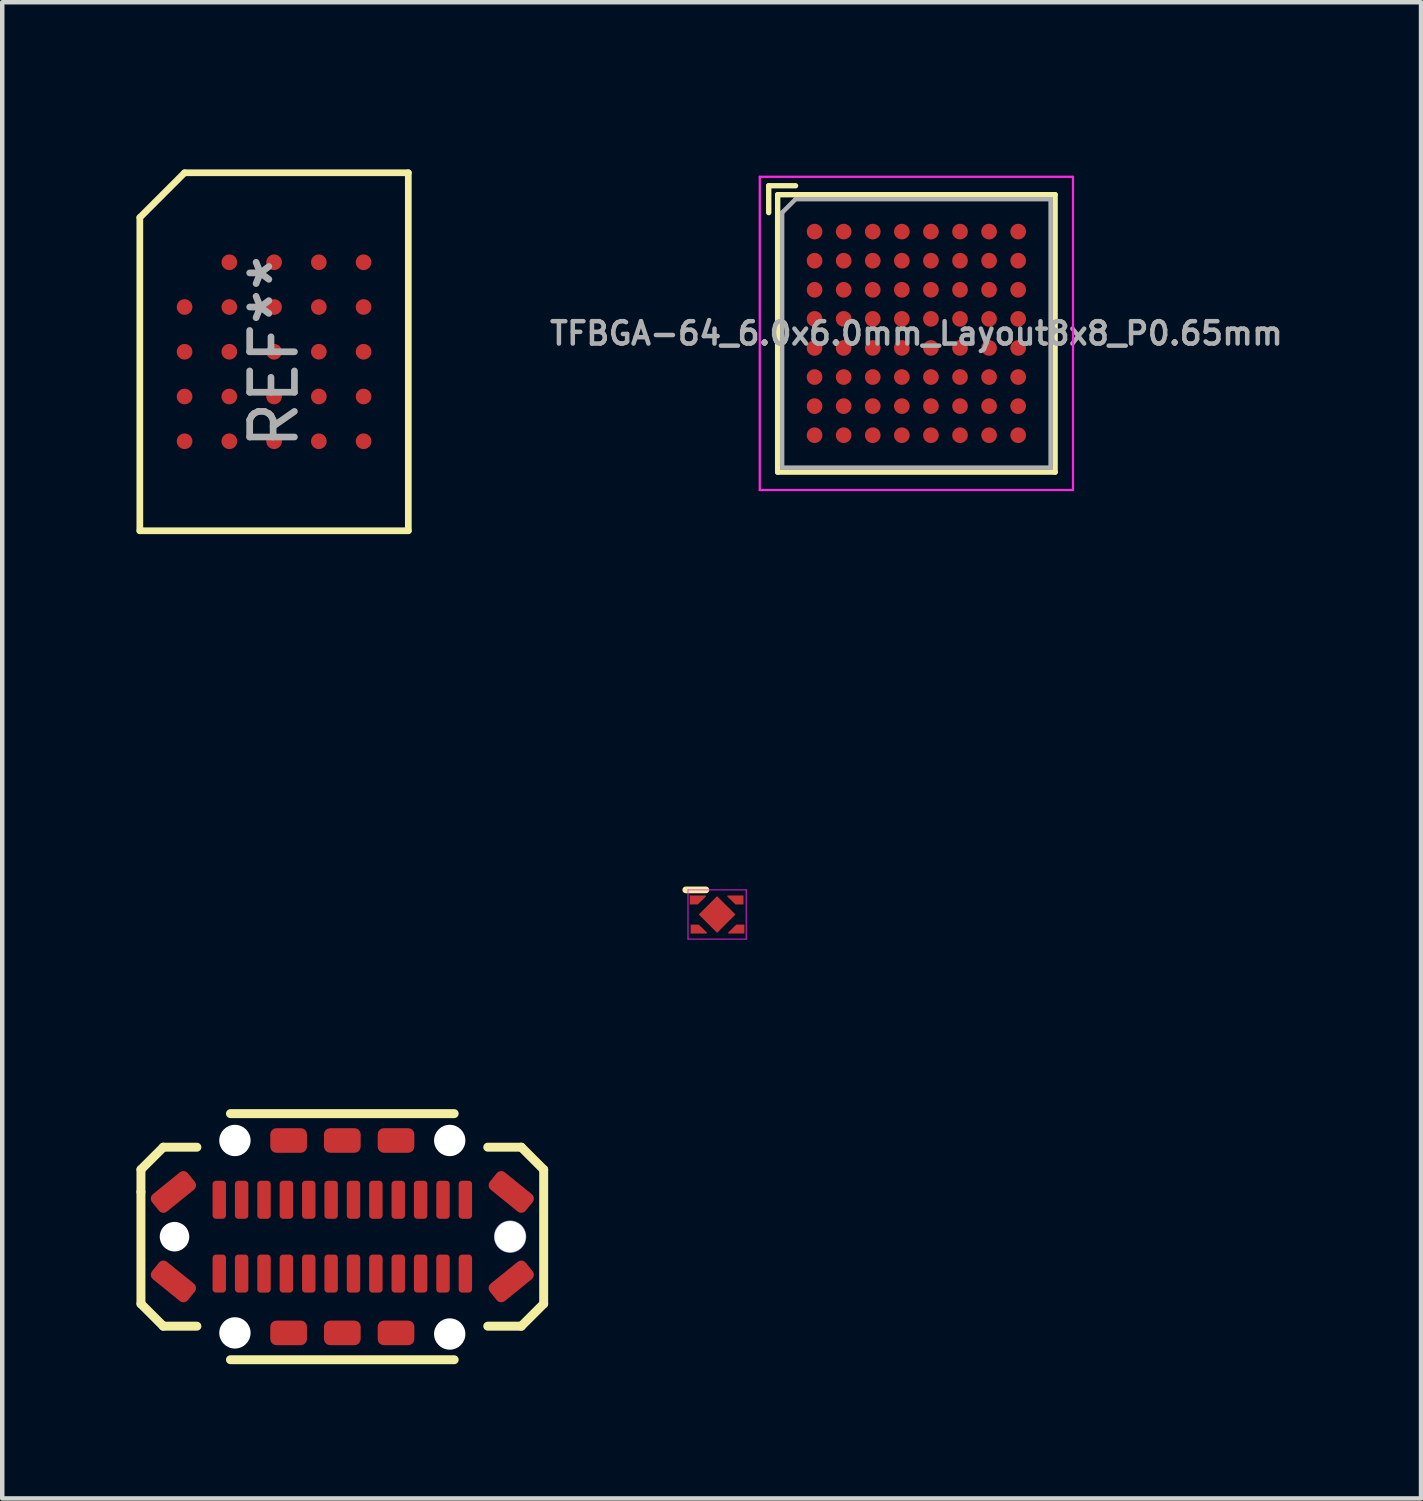
<source format=kicad_pcb>
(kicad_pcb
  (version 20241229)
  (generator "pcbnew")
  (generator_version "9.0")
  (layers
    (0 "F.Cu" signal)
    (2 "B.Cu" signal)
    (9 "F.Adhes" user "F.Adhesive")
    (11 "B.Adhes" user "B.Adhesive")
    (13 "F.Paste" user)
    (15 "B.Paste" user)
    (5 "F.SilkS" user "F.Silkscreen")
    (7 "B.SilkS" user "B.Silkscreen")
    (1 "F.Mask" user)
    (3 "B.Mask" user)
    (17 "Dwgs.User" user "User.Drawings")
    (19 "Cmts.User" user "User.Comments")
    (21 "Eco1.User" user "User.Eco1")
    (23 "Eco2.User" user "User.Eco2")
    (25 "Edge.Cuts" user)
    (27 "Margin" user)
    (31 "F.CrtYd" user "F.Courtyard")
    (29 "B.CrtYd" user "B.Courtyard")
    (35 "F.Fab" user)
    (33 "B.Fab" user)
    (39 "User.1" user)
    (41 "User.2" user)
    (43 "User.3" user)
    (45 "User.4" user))
  (footprint "TFBGA-64_6.0x6.0mm_Layout8x8_P0.65mm"
    (layer "F.Cu")
    (at 17.429 4.401)
    (property "Reference" "TFBGA-64_6.0x6.0mm_Layout8x8_P0.65mm" (at 0 -4.4 0) (layer "F.SilkS") (effects (font (size 0.001 0.001) (thickness 0.15))))
    (attr smd)
    (fp_line (start -3.3 -3.3) (end -3.3 -2.7) (stroke (width 0.12) (type solid)) (layer "F.SilkS"))
    (fp_line (start -3.1 -3.1) (end -3.1 3.1) (stroke (width 0.12) (type solid)) (layer "F.SilkS"))
    (fp_line (start -3.1 -3.1) (end 3.1 -3.1) (stroke (width 0.12) (type solid)) (layer "F.SilkS"))
    (fp_line (start -3.1 3.1) (end 3.1 3.1) (stroke (width 0.12) (type solid)) (layer "F.SilkS"))
    (fp_line (start -2.7 -3.3) (end -3.3 -3.3) (stroke (width 0.12) (type solid)) (layer "F.SilkS"))
    (fp_line (start 3.1 -3.1) (end 3.1 3.1) (stroke (width 0.12) (type solid)) (layer "F.SilkS"))
    (fp_line (start -3.5 -3.5) (end 3.5 -3.5) (stroke (width 0.05) (type solid)) (layer "F.CrtYd"))
    (fp_line (start -3.5 3.5) (end -3.5 -3.5) (stroke (width 0.05) (type solid)) (layer "F.CrtYd"))
    (fp_line (start -3.5 3.5) (end 3.5 3.5) (stroke (width 0.05) (type solid)) (layer "F.CrtYd"))
    (fp_line (start 3.5 3.5) (end 3.5 -3.5) (stroke (width 0.05) (type solid)) (layer "F.CrtYd"))
    (fp_line (start -3 -2.7) (end -2.7 -3) (stroke (width 0.1) (type solid)) (layer "F.Fab"))
    (fp_line (start -3 3) (end -3 -2.7) (stroke (width 0.1) (type solid)) (layer "F.Fab"))
    (fp_line (start -3 3) (end 3 3) (stroke (width 0.1) (type solid)) (layer "F.Fab"))
    (fp_line (start -2.7 -3) (end 3 -3) (stroke (width 0.1) (type solid)) (layer "F.Fab"))
    (fp_line (start 3 3) (end 3 -3) (stroke (width 0.1) (type solid)) (layer "F.Fab"))
    (fp_text user "${REFERENCE}" (at 0 0 0) (layer "F.Fab") (effects (font (size 0.5 0.5) (thickness 0.1))))
    (pad "A1" smd circle (at -2.275 -2.275) (size 0.35 0.35) (layers "F.Cu" "F.Mask" "F.Paste"))
    (pad "A2" smd circle (at -1.625 -2.275) (size 0.35 0.35) (layers "F.Cu" "F.Mask" "F.Paste"))
    (pad "A3" smd circle (at -0.975 -2.275) (size 0.35 0.35) (layers "F.Cu" "F.Mask" "F.Paste"))
    (pad "A4" smd circle (at -0.325 -2.275) (size 0.35 0.35) (layers "F.Cu" "F.Mask" "F.Paste"))
    (pad "A5" smd circle (at 0.325 -2.275) (size 0.35 0.35) (layers "F.Cu" "F.Mask" "F.Paste"))
    (pad "A6" smd circle (at 0.975 -2.275) (size 0.35 0.35) (layers "F.Cu" "F.Mask" "F.Paste"))
    (pad "A7" smd circle (at 1.625 -2.275) (size 0.35 0.35) (layers "F.Cu" "F.Mask" "F.Paste"))
    (pad "A8" smd circle (at 2.275 -2.275) (size 0.35 0.35) (layers "F.Cu" "F.Mask" "F.Paste"))
    (pad "B1" smd circle (at -2.275 -1.625) (size 0.35 0.35) (layers "F.Cu" "F.Mask" "F.Paste"))
    (pad "B2" smd circle (at -1.625 -1.625) (size 0.35 0.35) (layers "F.Cu" "F.Mask" "F.Paste"))
    (pad "B3" smd circle (at -0.975 -1.625) (size 0.35 0.35) (layers "F.Cu" "F.Mask" "F.Paste"))
    (pad "B4" smd circle (at -0.325 -1.625) (size 0.35 0.35) (layers "F.Cu" "F.Mask" "F.Paste"))
    (pad "B5" smd circle (at 0.325 -1.625) (size 0.35 0.35) (layers "F.Cu" "F.Mask" "F.Paste"))
    (pad "B6" smd circle (at 0.975 -1.625) (size 0.35 0.35) (layers "F.Cu" "F.Mask" "F.Paste"))
    (pad "B7" smd circle (at 1.625 -1.625) (size 0.35 0.35) (layers "F.Cu" "F.Mask" "F.Paste"))
    (pad "B8" smd circle (at 2.275 -1.625) (size 0.35 0.35) (layers "F.Cu" "F.Mask" "F.Paste"))
    (pad "C1" smd circle (at -2.275 -0.975) (size 0.35 0.35) (layers "F.Cu" "F.Mask" "F.Paste"))
    (pad "C2" smd circle (at -1.625 -0.975) (size 0.35 0.35) (layers "F.Cu" "F.Mask" "F.Paste"))
    (pad "C3" smd circle (at -0.975 -0.975) (size 0.35 0.35) (layers "F.Cu" "F.Mask" "F.Paste"))
    (pad "C4" smd circle (at -0.325 -0.975) (size 0.35 0.35) (layers "F.Cu" "F.Mask" "F.Paste"))
    (pad "C5" smd circle (at 0.325 -0.975) (size 0.35 0.35) (layers "F.Cu" "F.Mask" "F.Paste"))
    (pad "C6" smd circle (at 0.975 -0.975) (size 0.35 0.35) (layers "F.Cu" "F.Mask" "F.Paste"))
    (pad "C7" smd circle (at 1.625 -0.975) (size 0.35 0.35) (layers "F.Cu" "F.Mask" "F.Paste"))
    (pad "C8" smd circle (at 2.275 -0.975) (size 0.35 0.35) (layers "F.Cu" "F.Mask" "F.Paste"))
    (pad "D1" smd circle (at -2.275 -0.325) (size 0.35 0.35) (layers "F.Cu" "F.Mask" "F.Paste"))
    (pad "D2" smd circle (at -1.625 -0.325) (size 0.35 0.35) (layers "F.Cu" "F.Mask" "F.Paste"))
    (pad "D3" smd circle (at -0.975 -0.325) (size 0.35 0.35) (layers "F.Cu" "F.Mask" "F.Paste"))
    (pad "D4" smd circle (at -0.325 -0.325) (size 0.35 0.35) (layers "F.Cu" "F.Mask" "F.Paste"))
    (pad "D5" smd circle (at 0.325 -0.325) (size 0.35 0.35) (layers "F.Cu" "F.Mask" "F.Paste"))
    (pad "D6" smd circle (at 0.975 -0.325) (size 0.35 0.35) (layers "F.Cu" "F.Mask" "F.Paste"))
    (pad "D7" smd circle (at 1.625 -0.325) (size 0.35 0.35) (layers "F.Cu" "F.Mask" "F.Paste"))
    (pad "D8" smd circle (at 2.275 -0.325) (size 0.35 0.35) (layers "F.Cu" "F.Mask" "F.Paste"))
    (pad "E1" smd circle (at -2.275 0.325) (size 0.35 0.35) (layers "F.Cu" "F.Mask" "F.Paste"))
    (pad "E2" smd circle (at -1.625 0.325) (size 0.35 0.35) (layers "F.Cu" "F.Mask" "F.Paste"))
    (pad "E3" smd circle (at -0.975 0.325) (size 0.35 0.35) (layers "F.Cu" "F.Mask" "F.Paste"))
    (pad "E4" smd circle (at -0.325 0.325) (size 0.35 0.35) (layers "F.Cu" "F.Mask" "F.Paste"))
    (pad "E5" smd circle (at 0.325 0.325) (size 0.35 0.35) (layers "F.Cu" "F.Mask" "F.Paste"))
    (pad "E6" smd circle (at 0.975 0.325) (size 0.35 0.35) (layers "F.Cu" "F.Mask" "F.Paste"))
    (pad "E7" smd circle (at 1.625 0.325) (size 0.35 0.35) (layers "F.Cu" "F.Mask" "F.Paste"))
    (pad "E8" smd circle (at 2.275 0.325) (size 0.35 0.35) (layers "F.Cu" "F.Mask" "F.Paste"))
    (pad "F1" smd circle (at -2.275 0.975) (size 0.35 0.35) (layers "F.Cu" "F.Mask" "F.Paste"))
    (pad "F2" smd circle (at -1.625 0.975) (size 0.35 0.35) (layers "F.Cu" "F.Mask" "F.Paste"))
    (pad "F3" smd circle (at -0.975 0.975) (size 0.35 0.35) (layers "F.Cu" "F.Mask" "F.Paste"))
    (pad "F4" smd circle (at -0.325 0.975) (size 0.35 0.35) (layers "F.Cu" "F.Mask" "F.Paste"))
    (pad "F5" smd circle (at 0.325 0.975) (size 0.35 0.35) (layers "F.Cu" "F.Mask" "F.Paste"))
    (pad "F6" smd circle (at 0.975 0.975) (size 0.35 0.35) (layers "F.Cu" "F.Mask" "F.Paste"))
    (pad "F7" smd circle (at 1.625 0.975) (size 0.35 0.35) (layers "F.Cu" "F.Mask" "F.Paste"))
    (pad "F8" smd circle (at 2.275 0.975) (size 0.35 0.35) (layers "F.Cu" "F.Mask" "F.Paste"))
    (pad "G1" smd circle (at -2.275 1.625) (size 0.35 0.35) (layers "F.Cu" "F.Mask" "F.Paste"))
    (pad "G2" smd circle (at -1.625 1.625) (size 0.35 0.35) (layers "F.Cu" "F.Mask" "F.Paste"))
    (pad "G3" smd circle (at -0.975 1.625) (size 0.35 0.35) (layers "F.Cu" "F.Mask" "F.Paste"))
    (pad "G4" smd circle (at -0.325 1.625) (size 0.35 0.35) (layers "F.Cu" "F.Mask" "F.Paste"))
    (pad "G5" smd circle (at 0.325 1.625) (size 0.35 0.35) (layers "F.Cu" "F.Mask" "F.Paste"))
    (pad "G6" smd circle (at 0.975 1.625) (size 0.35 0.35) (layers "F.Cu" "F.Mask" "F.Paste"))
    (pad "G7" smd circle (at 1.625 1.625) (size 0.35 0.35) (layers "F.Cu" "F.Mask" "F.Paste"))
    (pad "G8" smd circle (at 2.275 1.625) (size 0.35 0.35) (layers "F.Cu" "F.Mask" "F.Paste"))
    (pad "H1" smd circle (at -2.275 2.275) (size 0.35 0.35) (layers "F.Cu" "F.Mask" "F.Paste"))
    (pad "H2" smd circle (at -1.625 2.275) (size 0.35 0.35) (layers "F.Cu" "F.Mask" "F.Paste"))
    (pad "H3" smd circle (at -0.975 2.275) (size 0.35 0.35) (layers "F.Cu" "F.Mask" "F.Paste"))
    (pad "H4" smd circle (at -0.325 2.275) (size 0.35 0.35) (layers "F.Cu" "F.Mask" "F.Paste"))
    (pad "H5" smd circle (at 0.325 2.275) (size 0.35 0.35) (layers "F.Cu" "F.Mask" "F.Paste"))
    (pad "H6" smd circle (at 0.975 2.275) (size 0.35 0.35) (layers "F.Cu" "F.Mask" "F.Paste"))
    (pad "H7" smd circle (at 1.625 2.275) (size 0.35 0.35) (layers "F.Cu" "F.Mask" "F.Paste"))
    (pad "H8" smd circle (at 2.275 2.275) (size 0.35 0.35) (layers "F.Cu" "F.Mask" "F.Paste")))
  (footprint "usbc_vert_10132328"
    (layer "F.Cu")
    (at 4.6 24.587)
    (property "Reference" "usbc_vert_10132328" (at -3.9 -12.7 0) (layer "F.SilkS") (effects (font (size 0.001 0.001) (thickness 0.15))))
    (attr through_hole)
    (fp_line (start -4.5 -1.5) (end -4.5 -1) (stroke (width 0.2) (type solid)) (layer "F.SilkS"))
    (fp_line (start -4.5 -1) (end -4.5 1.5) (stroke (width 0.2) (type solid)) (layer "F.SilkS"))
    (fp_line (start -4.5 1.5) (end -4 2) (stroke (width 0.2) (type solid)) (layer "F.SilkS"))
    (fp_line (start -4 -2) (end -4.5 -1.5) (stroke (width 0.2) (type solid)) (layer "F.SilkS"))
    (fp_line (start -4 2) (end -3.25 2) (stroke (width 0.2) (type solid)) (layer "F.SilkS"))
    (fp_line (start -3.25 -2) (end -4 -2) (stroke (width 0.2) (type solid)) (layer "F.SilkS"))
    (fp_line (start -2.5 2.75) (end 2.5 2.75) (stroke (width 0.2) (type solid)) (layer "F.SilkS"))
    (fp_line (start 2.5 -2.75) (end -2.5 -2.75) (stroke (width 0.2) (type solid)) (layer "F.SilkS"))
    (fp_line (start 3.25 2) (end 4 2) (stroke (width 0.2) (type solid)) (layer "F.SilkS"))
    (fp_line (start 4 -2) (end 3.25 -2) (stroke (width 0.2) (type solid)) (layer "F.SilkS"))
    (fp_line (start 4 2) (end 4.5 1.5) (stroke (width 0.2) (type solid)) (layer "F.SilkS"))
    (fp_line (start 4.5 -1.5) (end 4 -2) (stroke (width 0.2) (type solid)) (layer "F.SilkS"))
    (fp_line (start 4.5 1.5) (end 4.5 -1.5) (stroke (width 0.2) (type solid)) (layer "F.SilkS"))
    (pad "" np_thru_hole circle (at -3.75 0 321) (size 0.66 0.66) (drill 0.66) (layers "*.Cu" "*.Mask"))
    (pad "" np_thru_hole circle (at -2.4 -2.15 321) (size 0.7 0.7) (drill 0.7) (layers "*.Cu" "*.Mask"))
    (pad "" np_thru_hole circle (at -2.4 2.15 321) (size 0.7 0.7) (drill 0.7) (layers "*.Cu" "*.Mask"))
    (pad "" np_thru_hole circle (at 2.4 -2.15 321) (size 0.7 0.7) (drill 0.7) (layers "*.Cu" "*.Mask"))
    (pad "" np_thru_hole circle (at 2.4 2.175 321) (size 0.7 0.7) (drill 0.7) (layers "*.Cu" "*.Mask"))
    (pad "" np_thru_hole circle (at 3.75 0 321) (size 0.72 0.72) (drill 0.7) (layers "*.Cu" "*.Mask"))
    (pad "A1" smd roundrect (at -2.75 -0.825) (size 0.3 0.85) (layers "F.Cu" "F.Mask" "F.Paste") (roundrect_rratio 0.25))
    (pad "A2" smd roundrect (at -2.25 -0.825) (size 0.3 0.85) (layers "F.Cu" "F.Mask" "F.Paste") (roundrect_rratio 0.25))
    (pad "A3" smd roundrect (at -1.75 -0.825) (size 0.3 0.85) (layers "F.Cu" "F.Mask" "F.Paste") (roundrect_rratio 0.25))
    (pad "A4" smd roundrect (at -1.25 -0.825) (size 0.3 0.85) (layers "F.Cu" "F.Mask" "F.Paste") (roundrect_rratio 0.25))
    (pad "A5" smd roundrect (at -0.75 -0.825) (size 0.3 0.85) (layers "F.Cu" "F.Mask" "F.Paste") (roundrect_rratio 0.25))
    (pad "A6" smd roundrect (at -0.25 -0.825) (size 0.3 0.85) (layers "F.Cu" "F.Mask" "F.Paste") (roundrect_rratio 0.25))
    (pad "A7" smd roundrect (at 0.25 -0.825) (size 0.3 0.85) (layers "F.Cu" "F.Mask" "F.Paste") (roundrect_rratio 0.25))
    (pad "A8" smd roundrect (at 0.75 -0.825) (size 0.3 0.85) (layers "F.Cu" "F.Mask" "F.Paste") (roundrect_rratio 0.25))
    (pad "A9" smd roundrect (at 1.25 -0.825) (size 0.3 0.85) (layers "F.Cu" "F.Mask" "F.Paste") (roundrect_rratio 0.25))
    (pad "A10" smd roundrect (at 1.75 -0.825) (size 0.3 0.85) (layers "F.Cu" "F.Mask" "F.Paste") (roundrect_rratio 0.25))
    (pad "A11" smd roundrect (at 2.25 -0.825) (size 0.3 0.85) (layers "F.Cu" "F.Mask" "F.Paste") (roundrect_rratio 0.25))
    (pad "A12" smd roundrect (at 2.75 -0.825) (size 0.3 0.85) (layers "F.Cu" "F.Mask" "F.Paste") (roundrect_rratio 0.25))
    (pad "B1" smd roundrect (at 2.75 0.825) (size 0.3 0.85) (layers "F.Cu" "F.Mask" "F.Paste") (roundrect_rratio 0.25))
    (pad "B2" smd roundrect (at 2.25 0.825) (size 0.3 0.85) (layers "F.Cu" "F.Mask" "F.Paste") (roundrect_rratio 0.25))
    (pad "B3" smd roundrect (at 1.75 0.825) (size 0.3 0.85) (layers "F.Cu" "F.Mask" "F.Paste") (roundrect_rratio 0.25))
    (pad "B4" smd roundrect (at 1.25 0.825) (size 0.3 0.85) (layers "F.Cu" "F.Mask" "F.Paste") (roundrect_rratio 0.25))
    (pad "B5" smd roundrect (at 0.75 0.825) (size 0.3 0.85) (layers "F.Cu" "F.Mask" "F.Paste") (roundrect_rratio 0.25))
    (pad "B6" smd roundrect (at 0.25 0.825) (size 0.3 0.85) (layers "F.Cu" "F.Mask" "F.Paste") (roundrect_rratio 0.25))
    (pad "B7" smd roundrect (at -0.25 0.825) (size 0.3 0.85) (layers "F.Cu" "F.Mask" "F.Paste") (roundrect_rratio 0.25))
    (pad "B8" smd roundrect (at -0.75 0.825) (size 0.3 0.85) (layers "F.Cu" "F.Mask" "F.Paste") (roundrect_rratio 0.25))
    (pad "B9" smd roundrect (at -1.25 0.825) (size 0.3 0.85) (layers "F.Cu" "F.Mask" "F.Paste") (roundrect_rratio 0.25))
    (pad "B10" smd roundrect (at -1.75 0.825) (size 0.3 0.85) (layers "F.Cu" "F.Mask" "F.Paste") (roundrect_rratio 0.25))
    (pad "B11" smd roundrect (at -2.25 0.825) (size 0.3 0.85) (layers "F.Cu" "F.Mask" "F.Paste") (roundrect_rratio 0.25))
    (pad "B12" smd roundrect (at -2.75 0.825) (size 0.3 0.85) (layers "F.Cu" "F.Mask" "F.Paste") (roundrect_rratio 0.25))
    (pad "S1" smd roundrect (at -3.775 -1 39) (size 1.03 0.5) (layers "F.Cu" "F.Mask" "F.Paste") (roundrect_rratio 0.25))
    (pad "S1" smd roundrect (at -3.775 1 321) (size 1.03 0.5) (layers "F.Cu" "F.Mask" "F.Paste") (roundrect_rratio 0.25))
    (pad "S1" smd roundrect (at -1.2 -2.15 90) (size 0.55 0.82) (layers "F.Cu" "F.Mask" "F.Paste") (roundrect_rratio 0.25))
    (pad "S1" smd roundrect (at -1.2 2.15 90) (size 0.55 0.82) (layers "F.Cu" "F.Mask" "F.Paste") (roundrect_rratio 0.25))
    (pad "S1" smd roundrect (at 0 -2.15 90) (size 0.55 0.82) (layers "F.Cu" "F.Mask" "F.Paste") (roundrect_rratio 0.25))
    (pad "S1" smd roundrect (at 0 2.15 90) (size 0.55 0.82) (layers "F.Cu" "F.Mask" "F.Paste") (roundrect_rratio 0.25))
    (pad "S1" smd roundrect (at 1.2 -2.15 90) (size 0.55 0.82) (layers "F.Cu" "F.Mask" "F.Paste") (roundrect_rratio 0.25))
    (pad "S1" smd roundrect (at 1.2 2.15 90) (size 0.55 0.82) (layers "F.Cu" "F.Mask" "F.Paste") (roundrect_rratio 0.25))
    (pad "S1" smd roundrect (at 3.775 -1 321) (size 1.03 0.5) (layers "F.Cu" "F.Mask" "F.Paste") (roundrect_rratio 0.25))
    (pad "S1" smd roundrect (at 3.775 1 39) (size 1.03 0.5) (layers "F.Cu" "F.Mask" "F.Paste") (roundrect_rratio 0.25)))
  (footprint "X2SON_4_1.0x1.0mm"
    (layer "F.Cu")
    (at 12.975 17.387)
    (property "Reference" "X2SON_4_1.0x1.0mm" (at 0 -5.5 0) (layer "F.SilkS") (effects (font (size 0.001 0.001) (thickness 0.15))))
    (attr through_hole)
    (fp_line (start -0.7 -0.55) (end -0.25 -0.55) (stroke (width 0.15) (type solid)) (layer "F.SilkS"))
    (fp_line (start -0.65 -0.55) (end 0.65 -0.55) (stroke (width 0.02) (type solid)) (layer "F.CrtYd"))
    (fp_line (start -0.65 0.55) (end -0.65 -0.55) (stroke (width 0.02) (type solid)) (layer "F.CrtYd"))
    (fp_line (start -0.65 0.55) (end 0.65 0.55) (stroke (width 0.02) (type solid)) (layer "F.CrtYd"))
    (fp_line (start 0.65 0.55) (end 0.65 -0.55) (stroke (width 0.02) (type solid)) (layer "F.CrtYd"))
    (pad "1" smd custom (at -0.52 -0.325) (size 0.18 0.2) (layers "F.Cu" "F.Mask" "F.Paste") (options (anchor rect)) (primitives (gr_poly (pts (xy 0.27 -0.075) (xy 0.09 0.1) (xy 0.09 -0.1) (xy 0.27 -0.1)) (width 0) (fill yes))))
    (pad "2" smd custom (at -0.5 0.325) (size 0.18 0.2) (layers "F.Cu" "F.Mask" "F.Paste") (options (anchor rect)) (primitives (gr_poly (pts (xy 0.27 0.075) (xy 0.27 0.1) (xy 0.09 0.1) (xy 0.09 -0.1)) (width 0) (fill yes))))
    (pad "2" smd rect (at 0 0 45) (size 0.58 0.58) (layers "F.Cu" "F.Mask" "F.Paste"))
    (pad "3" smd custom (at 0.52 0.325 180) (size 0.18 0.2) (layers "F.Cu" "F.Mask" "F.Paste") (options (anchor rect)) (primitives (gr_poly (pts (xy 0.27 -0.075) (xy 0.09 0.1) (xy 0.09 -0.1) (xy 0.27 -0.1)) (width 0) (fill yes))))
    (pad "4" smd custom (at 0.5 -0.325 180) (size 0.18 0.2) (layers "F.Cu" "F.Mask" "F.Paste") (options (anchor rect)) (primitives (gr_poly (pts (xy 0.27 0.075) (xy 0.27 0.1) (xy 0.09 0.1) (xy 0.09 -0.1)) (width 0) (fill yes)))))
  (footprint "T-PBGA-24_6.0x8.0mm_Layout5x5_P1.0mm"
    (layer "F.Cu")
    (at 3.075 4.811)
    (property "Reference" "T-PBGA-24_6.0x8.0mm_Layout5x5_P1.0mm" (at 0 -4.81 0) (layer "F.SilkS") (effects (font (size 0.001 0.001) (thickness 0.15))))
    (attr through_hole)
    (fp_line (start -3 -3) (end -2 -4) (stroke (width 0.15) (type solid)) (layer "F.SilkS"))
    (fp_line (start -3 4) (end -3 -3) (stroke (width 0.15) (type solid)) (layer "F.SilkS"))
    (fp_line (start -2 -4) (end 3 -4) (stroke (width 0.15) (type solid)) (layer "F.SilkS"))
    (fp_line (start 3 -4) (end 3 4) (stroke (width 0.15) (type solid)) (layer "F.SilkS"))
    (fp_line (start 3 4) (end -3 4) (stroke (width 0.15) (type solid)) (layer "F.SilkS"))
    (fp_text user "REF**" (at 0 0 90) (layer "F.Fab") (effects (font (size 1 1) (thickness 0.15))))
    (pad "A2" smd circle (at -2 -1) (size 0.35 0.35) (layers "F.Cu" "F.Mask" "F.Paste"))
    (pad "A3" smd circle (at -2 0) (size 0.35 0.35) (layers "F.Cu" "F.Mask" "F.Paste"))
    (pad "A4" smd circle (at -2 1) (size 0.35 0.35) (layers "F.Cu" "F.Mask" "F.Paste"))
    (pad "A5" smd circle (at -2 2) (size 0.35 0.35) (layers "F.Cu" "F.Mask" "F.Paste"))
    (pad "B1" smd circle (at -1 -2) (size 0.35 0.35) (layers "F.Cu" "F.Mask" "F.Paste"))
    (pad "B2" smd circle (at -1 -1) (size 0.35 0.35) (layers "F.Cu" "F.Mask" "F.Paste"))
    (pad "B3" smd circle (at -1 0) (size 0.35 0.35) (layers "F.Cu" "F.Mask" "F.Paste"))
    (pad "B4" smd circle (at -1 1) (size 0.35 0.35) (layers "F.Cu" "F.Mask" "F.Paste"))
    (pad "B5" smd circle (at -1 2) (size 0.35 0.35) (layers "F.Cu" "F.Mask" "F.Paste"))
    (pad "C1" smd circle (at 0 -2) (size 0.35 0.35) (layers "F.Cu" "F.Mask" "F.Paste"))
    (pad "C2" smd circle (at 0 -1) (size 0.35 0.35) (layers "F.Cu" "F.Mask" "F.Paste"))
    (pad "C3" smd circle (at 0 0) (size 0.35 0.35) (layers "F.Cu" "F.Mask" "F.Paste"))
    (pad "C4" smd circle (at 0 1) (size 0.35 0.35) (layers "F.Cu" "F.Mask" "F.Paste"))
    (pad "C5" smd circle (at 0 2) (size 0.35 0.35) (layers "F.Cu" "F.Mask" "F.Paste"))
    (pad "D1" smd circle (at 1 -2) (size 0.35 0.35) (layers "F.Cu" "F.Mask" "F.Paste"))
    (pad "D2" smd circle (at 1 -1) (size 0.35 0.35) (layers "F.Cu" "F.Mask" "F.Paste"))
    (pad "D3" smd circle (at 1 0) (size 0.35 0.35) (layers "F.Cu" "F.Mask" "F.Paste"))
    (pad "D4" smd circle (at 1 1) (size 0.35 0.35) (layers "F.Cu" "F.Mask" "F.Paste"))
    (pad "D5" smd circle (at 1 2) (size 0.35 0.35) (layers "F.Cu" "F.Mask" "F.Paste"))
    (pad "E1" smd circle (at 2 -2) (size 0.35 0.35) (layers "F.Cu" "F.Mask" "F.Paste"))
    (pad "E2" smd circle (at 2 -1) (size 0.35 0.35) (layers "F.Cu" "F.Mask" "F.Paste"))
    (pad "E3" smd circle (at 2 0) (size 0.35 0.35) (layers "F.Cu" "F.Mask" "F.Paste"))
    (pad "E4" smd circle (at 2 1) (size 0.35 0.35) (layers "F.Cu" "F.Mask" "F.Paste"))
    (pad "E5" smd circle (at 2 2) (size 0.35 0.35) (layers "F.Cu" "F.Mask" "F.Paste")))
  (gr_rect
    (start -3 -3)
    (end 28.707 30.437)
    (stroke (width 0.1) (type default))
    (fill no)
    (layer "Edge.Cuts")))
</source>
